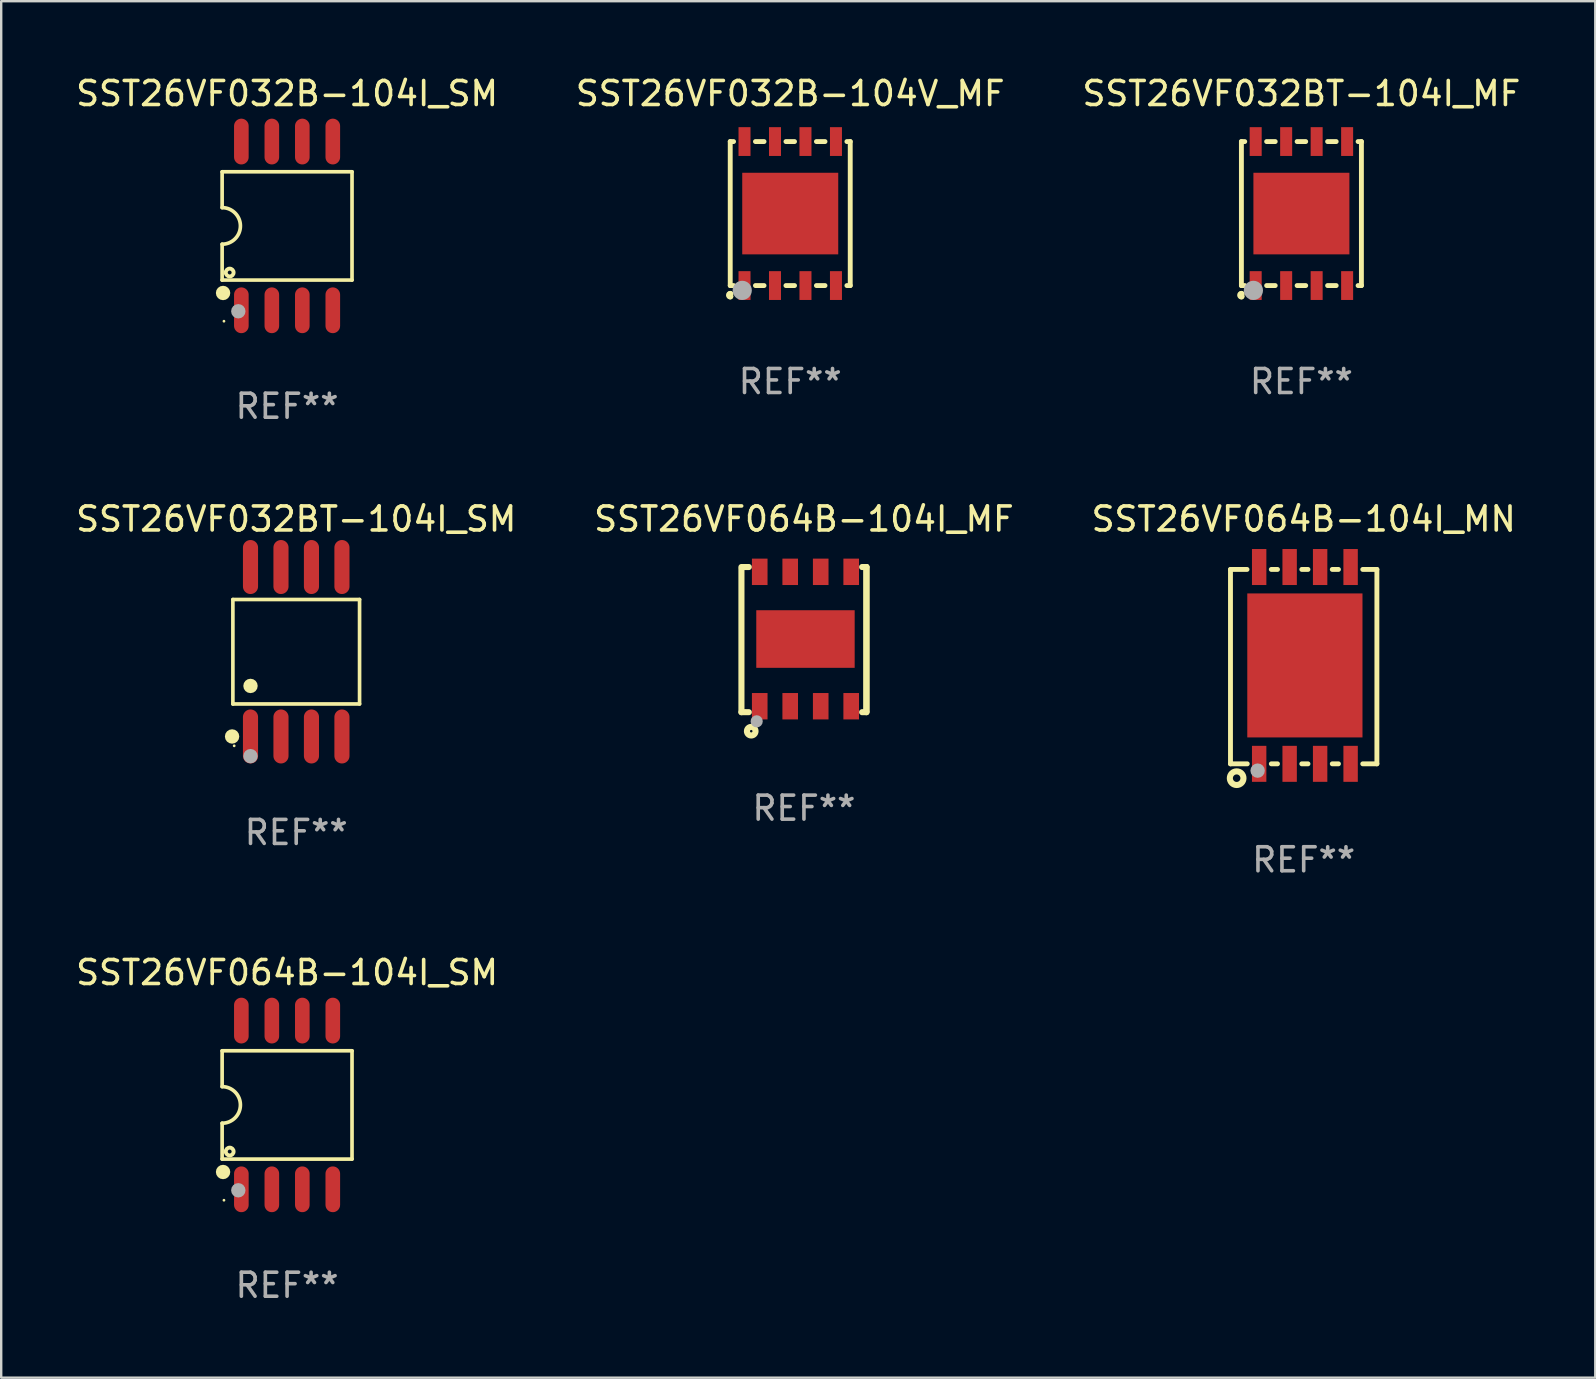
<source format=kicad_pcb>
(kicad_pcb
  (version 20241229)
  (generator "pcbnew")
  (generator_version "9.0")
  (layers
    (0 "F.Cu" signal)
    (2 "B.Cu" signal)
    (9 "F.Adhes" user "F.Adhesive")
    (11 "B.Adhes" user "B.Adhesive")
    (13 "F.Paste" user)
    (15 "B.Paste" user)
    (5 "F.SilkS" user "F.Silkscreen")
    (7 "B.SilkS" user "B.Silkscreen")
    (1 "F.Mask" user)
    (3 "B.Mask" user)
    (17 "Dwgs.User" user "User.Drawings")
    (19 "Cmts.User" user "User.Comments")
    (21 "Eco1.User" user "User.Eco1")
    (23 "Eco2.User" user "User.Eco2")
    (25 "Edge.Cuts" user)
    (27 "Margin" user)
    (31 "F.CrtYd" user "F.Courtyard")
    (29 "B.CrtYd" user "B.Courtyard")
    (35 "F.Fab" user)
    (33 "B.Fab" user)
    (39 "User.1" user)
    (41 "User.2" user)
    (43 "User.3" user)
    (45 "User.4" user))
  (footprint "SST26VF064B-104I_MF"
    (layer "F.Cu")
    (at 30.446 23.599)
    (property "Reference" "SST26VF064B-104I_MF" (at 0 -5.024 0) (layer "F.SilkS") (effects (font (size 1 1) (thickness 0.15))))
    (attr through_hole)
    (fp_line (start -2.604 -2.945) (end -2.604 3.024) (stroke (width 0.254) (type solid)) (layer "F.SilkS"))
    (fp_line (start -2.604 3.024) (end -2.298 3.024) (stroke (width 0.254) (type solid)) (layer "F.SilkS"))
    (fp_line (start -2.298 -3.024) (end -2.604 -3.024) (stroke (width 0.254) (type solid)) (layer "F.SilkS"))
    (fp_line (start 2.425 3.024) (end 2.604 3.024) (stroke (width 0.254) (type solid)) (layer "F.SilkS"))
    (fp_line (start 2.604 -3.024) (end 2.425 -3.024) (stroke (width 0.254) (type solid)) (layer "F.SilkS"))
    (fp_line (start 2.604 -3.024) (end 2.604 2.976) (stroke (width 0.254) (type solid)) (layer "F.SilkS"))
    (fp_line (start 2.604 3.024) (end 2.604 -3.024) (stroke (width 0.254) (type solid)) (layer "F.SilkS"))
    (fp_circle (center -2.437 2.976) (end -2.407 2.976) (stroke (width 0.06) (type solid)) (fill no) (layer "F.SilkS"))
    (fp_circle (center -2.196 3.816) (end -2.017 3.816) (stroke (width 0.254) (type solid)) (fill no) (layer "F.SilkS"))
    (fp_circle (center -1.969 3.405) (end -1.842 3.405) (stroke (width 0.254) (type solid)) (fill no) (layer "F.Fab"))
    (fp_text user "REF**" (at 0 7.024 0) (layer "F.Fab") (effects (font (size 1 1) (thickness 0.15))))
    (pad "1" smd rect (at -1.842 2.776) (size 0.65 1.1) (layers "F.Cu" "F.Mask" "F.Paste"))
    (pad "2" smd rect (at -0.572 2.776) (size 0.65 1.1) (layers "F.Cu" "F.Mask" "F.Paste"))
    (pad "3" smd rect (at 0.699 2.776) (size 0.65 1.1) (layers "F.Cu" "F.Mask" "F.Paste"))
    (pad "4" smd rect (at 1.969 2.776) (size 0.65 1.1) (layers "F.Cu" "F.Mask" "F.Paste"))
    (pad "5" smd rect (at 1.969 -2.824) (size 0.65 1.1) (layers "F.Cu" "F.Mask" "F.Paste"))
    (pad "6" smd rect (at 0.699 -2.824) (size 0.65 1.1) (layers "F.Cu" "F.Mask" "F.Paste"))
    (pad "7" smd rect (at -0.572 -2.824) (size 0.65 1.1) (layers "F.Cu" "F.Mask" "F.Paste"))
    (pad "8" smd rect (at -1.842 -2.824) (size 0.65 1.1) (layers "F.Cu" "F.Mask" "F.Paste"))
    (pad "9" smd rect (at 0.064 -0.024) (size 4.1 2.4) (layers "F.Cu" "F.Mask" "F.Paste")))
  (footprint "SST26VF032B-104V_MF"
    (layer "F.Cu")
    (at 29.875 5.848)
    (property "Reference" "SST26VF032B-104V_MF" (at 0 -5 0) (layer "F.SilkS") (effects (font (size 1 1) (thickness 0.15))))
    (attr through_hole)
    (fp_line (start -2.5 -3) (end -2.361 -3) (stroke (width 0.203) (type solid)) (layer "F.SilkS"))
    (fp_line (start -2.5 3) (end -2.5 -3) (stroke (width 0.203) (type solid)) (layer "F.SilkS"))
    (fp_line (start -2.5 3) (end -2.361 3) (stroke (width 0.203) (type solid)) (layer "F.SilkS"))
    (fp_line (start -1.449 -3) (end -1.091 -3) (stroke (width 0.203) (type solid)) (layer "F.SilkS"))
    (fp_line (start -1.449 3) (end -1.091 3) (stroke (width 0.203) (type solid)) (layer "F.SilkS"))
    (fp_line (start -0.179 -3) (end 0.179 -3) (stroke (width 0.203) (type solid)) (layer "F.SilkS"))
    (fp_line (start -0.179 3) (end 0.179 3) (stroke (width 0.203) (type solid)) (layer "F.SilkS"))
    (fp_line (start 1.091 -3) (end 1.449 -3) (stroke (width 0.203) (type solid)) (layer "F.SilkS"))
    (fp_line (start 1.091 3) (end 1.449 3) (stroke (width 0.203) (type solid)) (layer "F.SilkS"))
    (fp_line (start 2.361 -3) (end 2.5 -3) (stroke (width 0.203) (type solid)) (layer "F.SilkS"))
    (fp_line (start 2.361 3) (end 2.5 3) (stroke (width 0.203) (type solid)) (layer "F.SilkS"))
    (fp_line (start 2.5 -3) (end 2.5 3) (stroke (width 0.203) (type solid)) (layer "F.SilkS"))
    (fp_arc (start -2.5 3.449924) (mid -2.511802 3.399924) (end -2.5 3.349924) (stroke (width 0.254001) (type solid)) (layer "F.SilkS"))
    (fp_arc (start -2.5 3.449924) (mid -2.549987 3.399924) (end -2.499999 3.349924) (stroke (width 0.254001) (type solid)) (layer "F.SilkS"))
    (fp_circle (center -2.5 3) (end -2.47 3) (stroke (width 0.06) (type solid)) (fill no) (layer "F.SilkS"))
    (fp_circle (center -2 3.2) (end -1.8 3.2) (stroke (width 0.4) (type solid)) (fill no) (layer "F.Fab"))
    (fp_text user "REF**" (at 0 7 0) (layer "F.Fab") (effects (font (size 1 1) (thickness 0.15))))
    (pad "1" smd rect (at -1.905 3) (size 0.5 1.2) (layers "F.Cu" "F.Mask" "F.Paste"))
    (pad "2" smd rect (at -0.635 3) (size 0.5 1.2) (layers "F.Cu" "F.Mask" "F.Paste"))
    (pad "3" smd rect (at 0.635 3) (size 0.5 1.2) (layers "F.Cu" "F.Mask" "F.Paste"))
    (pad "4" smd rect (at 1.905 3) (size 0.5 1.2) (layers "F.Cu" "F.Mask" "F.Paste"))
    (pad "5" smd rect (at 1.905 -3) (size 0.5 1.2) (layers "F.Cu" "F.Mask" "F.Paste"))
    (pad "6" smd rect (at 0.635 -3) (size 0.5 1.2) (layers "F.Cu" "F.Mask" "F.Paste"))
    (pad "7" smd rect (at -0.635 -3) (size 0.5 1.2) (layers "F.Cu" "F.Mask" "F.Paste"))
    (pad "8" smd rect (at -1.905 -3) (size 0.5 1.2) (layers "F.Cu" "F.Mask" "F.Paste"))
    (pad "9" smd rect (at 0.000127 0.000064) (size 4 3.4) (layers "F.Cu" "F.Mask" "F.Paste")))
  (footprint "SST26VF064B-104I_MN"
    (layer "F.Cu")
    (at 51.268 24.675)
    (property "Reference" "SST26VF064B-104I_MN" (at 0 -6.1 0) (layer "F.SilkS") (effects (font (size 1 1) (thickness 0.15))))
    (attr through_hole)
    (fp_line (start -3.05 -4) (end -2.361 -4) (stroke (width 0.203) (type solid)) (layer "F.SilkS"))
    (fp_line (start -3.05 4.1) (end -3.05 -4) (stroke (width 0.203) (type solid)) (layer "F.SilkS"))
    (fp_line (start -2.35 4.1) (end -3.05 4.1) (stroke (width 0.203) (type solid)) (layer "F.SilkS"))
    (fp_line (start -1.349 -4) (end -1.091 -4) (stroke (width 0.203) (type solid)) (layer "F.SilkS"))
    (fp_line (start -1.091 4.1) (end -1.349 4.1) (stroke (width 0.203) (type solid)) (layer "F.SilkS"))
    (fp_line (start -0.079 -4) (end 0.179 -4) (stroke (width 0.203) (type solid)) (layer "F.SilkS"))
    (fp_line (start 0.179 4.1) (end -0.079 4.1) (stroke (width 0.203) (type solid)) (layer "F.SilkS"))
    (fp_line (start 1.191 -4) (end 1.449 -4) (stroke (width 0.203) (type solid)) (layer "F.SilkS"))
    (fp_line (start 1.449 4.1) (end 1.191 4.1) (stroke (width 0.203) (type solid)) (layer "F.SilkS"))
    (fp_line (start 2.461 -4) (end 3.05 -4) (stroke (width 0.203) (type solid)) (layer "F.SilkS"))
    (fp_line (start 3.05 -4) (end 3.05 4.1) (stroke (width 0.203) (type solid)) (layer "F.SilkS"))
    (fp_line (start 3.05 4.1) (end 2.461 4.1) (stroke (width 0.203) (type solid)) (layer "F.SilkS"))
    (fp_circle (center -3.001 4.051) (end -2.971 4.051) (stroke (width 0.06) (type solid)) (fill no) (layer "F.SilkS"))
    (fp_circle (center -2.793 4.698) (end -2.509 4.698) (stroke (width 0.254) (type solid)) (fill no) (layer "F.SilkS"))
    (fp_circle (center -1.919 4.383) (end -1.769 4.383) (stroke (width 0.3) (type solid)) (fill no) (layer "F.Fab"))
    (fp_text user "REF**" (at 0 8.1 0) (layer "F.Fab") (effects (font (size 1 1) (thickness 0.15))))
    (pad "1" smd rect (at -1.855 4.1 90) (size 1.5 0.6) (layers "F.Cu" "F.Mask" "F.Paste"))
    (pad "2" smd rect (at -0.585 4.1 90) (size 1.5 0.6) (layers "F.Cu" "F.Mask" "F.Paste"))
    (pad "3" smd rect (at 0.685 4.1 90) (size 1.5 0.6) (layers "F.Cu" "F.Mask" "F.Paste"))
    (pad "4" smd rect (at 1.955 4.1 90) (size 1.5 0.6) (layers "F.Cu" "F.Mask" "F.Paste"))
    (pad "5" smd rect (at 1.955 -4.1 90) (size 1.5 0.6) (layers "F.Cu" "F.Mask" "F.Paste"))
    (pad "6" smd rect (at 0.685 -4.1 90) (size 1.5 0.6) (layers "F.Cu" "F.Mask" "F.Paste"))
    (pad "7" smd rect (at -0.585 -4.1 90) (size 1.5 0.6) (layers "F.Cu" "F.Mask" "F.Paste"))
    (pad "8" smd rect (at -1.855 -4.1 90) (size 1.5 0.6) (layers "F.Cu" "F.Mask" "F.Paste"))
    (pad "9" smd rect (at 0.05 0 90) (size 6 4.8) (layers "F.Cu" "F.Mask" "F.Paste")))
  (footprint "SST26VF064B-104I_SM"
    (layer "F.Cu")
    (at 8.911 42.987)
    (property "Reference" "SST26VF064B-104I_SM" (at 0 -5.515 0) (layer "F.SilkS") (effects (font (size 1 1) (thickness 0.15))))
    (attr through_hole)
    (fp_line (start -2.706 -2.256) (end 2.706 -2.256) (stroke (width 0.152) (type solid)) (layer "F.SilkS"))
    (fp_line (start -2.706 -0.762) (end -2.706 -2.256) (stroke (width 0.152) (type solid)) (layer "F.SilkS"))
    (fp_line (start -2.706 0.762) (end -2.706 2.256) (stroke (width 0.152) (type solid)) (layer "F.SilkS"))
    (fp_line (start 2.706 -2.256) (end 2.706 2.256) (stroke (width 0.152) (type solid)) (layer "F.SilkS"))
    (fp_line (start 2.706 2.256) (end -2.706 2.256) (stroke (width 0.152) (type solid)) (layer "F.SilkS"))
    (fp_arc (start -2.706198 -0.762002) (mid -1.944196 0) (end -2.706198 0.762002) (stroke (width 0.151994) (type solid)) (layer "F.SilkS"))
    (fp_circle (center -2.667 2.794) (end -2.517 2.794) (stroke (width 0.3) (type solid)) (fill no) (layer "F.SilkS"))
    (fp_circle (center -2.63 3.97) (end -2.6 3.97) (stroke (width 0.06) (type solid)) (fill no) (layer "F.SilkS"))
    (fp_circle (center -2.391 1.942) (end -2.31 1.942) (stroke (width 0.163) (type solid)) (fill no) (layer "F.SilkS"))
    (fp_circle (center -2.032 3.556) (end -1.882 3.556) (stroke (width 0.3) (type solid)) (fill no) (layer "F.Fab"))
    (fp_text user "REF**" (at 0 7.515 0) (layer "F.Fab") (effects (font (size 1 1) (thickness 0.15))))
    (pad "1" smd oval (at -1.905 3.515) (size 0.609 1.907) (layers "F.Cu" "F.Mask" "F.Paste"))
    (pad "2" smd oval (at -0.635 3.515) (size 0.609 1.907) (layers "F.Cu" "F.Mask" "F.Paste"))
    (pad "3" smd oval (at 0.635 3.515) (size 0.609 1.907) (layers "F.Cu" "F.Mask" "F.Paste"))
    (pad "4" smd oval (at 1.905 3.515) (size 0.609 1.907) (layers "F.Cu" "F.Mask" "F.Paste"))
    (pad "5" smd oval (at 1.905 -3.515) (size 0.609 1.907) (layers "F.Cu" "F.Mask" "F.Paste"))
    (pad "6" smd oval (at 0.635 -3.515) (size 0.609 1.907) (layers "F.Cu" "F.Mask" "F.Paste"))
    (pad "7" smd oval (at -0.635 -3.515) (size 0.609 1.907) (layers "F.Cu" "F.Mask" "F.Paste"))
    (pad "8" smd oval (at -1.905 -3.515) (size 0.609 1.907) (layers "F.Cu" "F.Mask" "F.Paste")))
  (footprint "SST26VF032BT-104I_SM"
    (layer "F.Cu")
    (at 9.292 24.105)
    (property "Reference" "SST26VF032BT-104I_SM" (at 0 -5.53 0) (layer "F.SilkS") (effects (font (size 1 1) (thickness 0.15))))
    (attr through_hole)
    (fp_line (start -2.639 -2.176) (end 2.639 -2.176) (stroke (width 0.152) (type solid)) (layer "F.SilkS"))
    (fp_line (start -2.639 2.176) (end -2.639 -2.176) (stroke (width 0.152) (type solid)) (layer "F.SilkS"))
    (fp_line (start 2.639 -2.176) (end 2.639 2.176) (stroke (width 0.152) (type solid)) (layer "F.SilkS"))
    (fp_line (start 2.639 2.176) (end -2.639 2.176) (stroke (width 0.152) (type solid)) (layer "F.SilkS"))
    (fp_circle (center -2.672 3.53) (end -2.522 3.53) (stroke (width 0.3) (type solid)) (fill no) (layer "F.SilkS"))
    (fp_circle (center -2.585 3.92) (end -2.555 3.92) (stroke (width 0.06) (type solid)) (fill no) (layer "F.SilkS"))
    (fp_circle (center -1.905 1.424) (end -1.755 1.424) (stroke (width 0.3) (type solid)) (fill no) (layer "F.SilkS"))
    (fp_circle (center -1.905 4.35) (end -1.755 4.35) (stroke (width 0.3) (type solid)) (fill no) (layer "F.Fab"))
    (fp_text user "REF**" (at 0 7.53 0) (layer "F.Fab") (effects (font (size 1 1) (thickness 0.15))))
    (pad "1" smd oval (at -1.905 3.53) (size 0.63 2.25) (layers "F.Cu" "F.Mask" "F.Paste"))
    (pad "2" smd oval (at -0.635 3.53) (size 0.63 2.25) (layers "F.Cu" "F.Mask" "F.Paste"))
    (pad "3" smd oval (at 0.635 3.53) (size 0.63 2.25) (layers "F.Cu" "F.Mask" "F.Paste"))
    (pad "4" smd oval (at 1.905 3.53) (size 0.63 2.25) (layers "F.Cu" "F.Mask" "F.Paste"))
    (pad "5" smd oval (at 1.905 -3.53) (size 0.63 2.25) (layers "F.Cu" "F.Mask" "F.Paste"))
    (pad "6" smd oval (at 0.635 -3.53) (size 0.63 2.25) (layers "F.Cu" "F.Mask" "F.Paste"))
    (pad "7" smd oval (at -0.635 -3.53) (size 0.63 2.25) (layers "F.Cu" "F.Mask" "F.Paste"))
    (pad "8" smd oval (at -1.905 -3.53) (size 0.63 2.25) (layers "F.Cu" "F.Mask" "F.Paste")))
  (footprint "SST26VF032BT-104I_MF"
    (layer "F.Cu")
    (at 51.173 5.848)
    (property "Reference" "SST26VF032BT-104I_MF" (at 0 -5 0) (layer "F.SilkS") (effects (font (size 1 1) (thickness 0.15))))
    (attr through_hole)
    (fp_line (start -2.5 -3) (end -2.361 -3) (stroke (width 0.203) (type solid)) (layer "F.SilkS"))
    (fp_line (start -2.5 3) (end -2.5 -3) (stroke (width 0.203) (type solid)) (layer "F.SilkS"))
    (fp_line (start -2.5 3) (end -2.361 3) (stroke (width 0.203) (type solid)) (layer "F.SilkS"))
    (fp_line (start -1.449 -3) (end -1.091 -3) (stroke (width 0.203) (type solid)) (layer "F.SilkS"))
    (fp_line (start -1.449 3) (end -1.091 3) (stroke (width 0.203) (type solid)) (layer "F.SilkS"))
    (fp_line (start -0.179 -3) (end 0.179 -3) (stroke (width 0.203) (type solid)) (layer "F.SilkS"))
    (fp_line (start -0.179 3) (end 0.179 3) (stroke (width 0.203) (type solid)) (layer "F.SilkS"))
    (fp_line (start 1.091 -3) (end 1.449 -3) (stroke (width 0.203) (type solid)) (layer "F.SilkS"))
    (fp_line (start 1.091 3) (end 1.449 3) (stroke (width 0.203) (type solid)) (layer "F.SilkS"))
    (fp_line (start 2.361 -3) (end 2.5 -3) (stroke (width 0.203) (type solid)) (layer "F.SilkS"))
    (fp_line (start 2.361 3) (end 2.5 3) (stroke (width 0.203) (type solid)) (layer "F.SilkS"))
    (fp_line (start 2.5 -3) (end 2.5 3) (stroke (width 0.203) (type solid)) (layer "F.SilkS"))
    (fp_arc (start -2.5 3.449924) (mid -2.511802 3.399924) (end -2.5 3.349924) (stroke (width 0.254001) (type solid)) (layer "F.SilkS"))
    (fp_arc (start -2.5 3.449924) (mid -2.549987 3.399924) (end -2.499999 3.349924) (stroke (width 0.254001) (type solid)) (layer "F.SilkS"))
    (fp_circle (center -2.5 3) (end -2.47 3) (stroke (width 0.06) (type solid)) (fill no) (layer "F.SilkS"))
    (fp_circle (center -2 3.2) (end -1.8 3.2) (stroke (width 0.4) (type solid)) (fill no) (layer "F.Fab"))
    (fp_text user "REF**" (at 0 7 0) (layer "F.Fab") (effects (font (size 1 1) (thickness 0.15))))
    (pad "1" smd rect (at -1.905 3) (size 0.5 1.2) (layers "F.Cu" "F.Mask" "F.Paste"))
    (pad "2" smd rect (at -0.635 3) (size 0.5 1.2) (layers "F.Cu" "F.Mask" "F.Paste"))
    (pad "3" smd rect (at 0.635 3) (size 0.5 1.2) (layers "F.Cu" "F.Mask" "F.Paste"))
    (pad "4" smd rect (at 1.905 3) (size 0.5 1.2) (layers "F.Cu" "F.Mask" "F.Paste"))
    (pad "5" smd rect (at 1.905 -3) (size 0.5 1.2) (layers "F.Cu" "F.Mask" "F.Paste"))
    (pad "6" smd rect (at 0.635 -3) (size 0.5 1.2) (layers "F.Cu" "F.Mask" "F.Paste"))
    (pad "7" smd rect (at -0.635 -3) (size 0.5 1.2) (layers "F.Cu" "F.Mask" "F.Paste"))
    (pad "8" smd rect (at -1.905 -3) (size 0.5 1.2) (layers "F.Cu" "F.Mask" "F.Paste"))
    (pad "9" smd rect (at 0.000127 0.000064) (size 4 3.4) (layers "F.Cu" "F.Mask" "F.Paste")))
  (footprint "SST26VF032B-104I_SM"
    (layer "F.Cu")
    (at 8.911 6.363)
    (property "Reference" "SST26VF032B-104I_SM" (at 0 -5.515 0) (layer "F.SilkS") (effects (font (size 1 1) (thickness 0.15))))
    (attr through_hole)
    (fp_line (start -2.706 -2.256) (end 2.706 -2.256) (stroke (width 0.152) (type solid)) (layer "F.SilkS"))
    (fp_line (start -2.706 -0.762) (end -2.706 -2.256) (stroke (width 0.152) (type solid)) (layer "F.SilkS"))
    (fp_line (start -2.706 0.762) (end -2.706 2.256) (stroke (width 0.152) (type solid)) (layer "F.SilkS"))
    (fp_line (start 2.706 -2.256) (end 2.706 2.256) (stroke (width 0.152) (type solid)) (layer "F.SilkS"))
    (fp_line (start 2.706 2.256) (end -2.706 2.256) (stroke (width 0.152) (type solid)) (layer "F.SilkS"))
    (fp_arc (start -2.706198 -0.762002) (mid -1.944196 0) (end -2.706198 0.762002) (stroke (width 0.151994) (type solid)) (layer "F.SilkS"))
    (fp_circle (center -2.667 2.794) (end -2.517 2.794) (stroke (width 0.3) (type solid)) (fill no) (layer "F.SilkS"))
    (fp_circle (center -2.63 3.97) (end -2.6 3.97) (stroke (width 0.06) (type solid)) (fill no) (layer "F.SilkS"))
    (fp_circle (center -2.391 1.942) (end -2.31 1.942) (stroke (width 0.163) (type solid)) (fill no) (layer "F.SilkS"))
    (fp_circle (center -2.032 3.556) (end -1.882 3.556) (stroke (width 0.3) (type solid)) (fill no) (layer "F.Fab"))
    (fp_text user "REF**" (at 0 7.515 0) (layer "F.Fab") (effects (font (size 1 1) (thickness 0.15))))
    (pad "1" smd oval (at -1.905 3.515) (size 0.609 1.907) (layers "F.Cu" "F.Mask" "F.Paste"))
    (pad "2" smd oval (at -0.635 3.515) (size 0.609 1.907) (layers "F.Cu" "F.Mask" "F.Paste"))
    (pad "3" smd oval (at 0.635 3.515) (size 0.609 1.907) (layers "F.Cu" "F.Mask" "F.Paste"))
    (pad "4" smd oval (at 1.905 3.515) (size 0.609 1.907) (layers "F.Cu" "F.Mask" "F.Paste"))
    (pad "5" smd oval (at 1.905 -3.515) (size 0.609 1.907) (layers "F.Cu" "F.Mask" "F.Paste"))
    (pad "6" smd oval (at 0.635 -3.515) (size 0.609 1.907) (layers "F.Cu" "F.Mask" "F.Paste"))
    (pad "7" smd oval (at -0.635 -3.515) (size 0.609 1.907) (layers "F.Cu" "F.Mask" "F.Paste"))
    (pad "8" smd oval (at -1.905 -3.515) (size 0.609 1.907) (layers "F.Cu" "F.Mask" "F.Paste")))
  (gr_rect
    (start -3 -3)
    (end 63.417 54.35)
    (stroke (width 0.1) (type default))
    (fill no)
    (layer "Edge.Cuts")))
</source>
